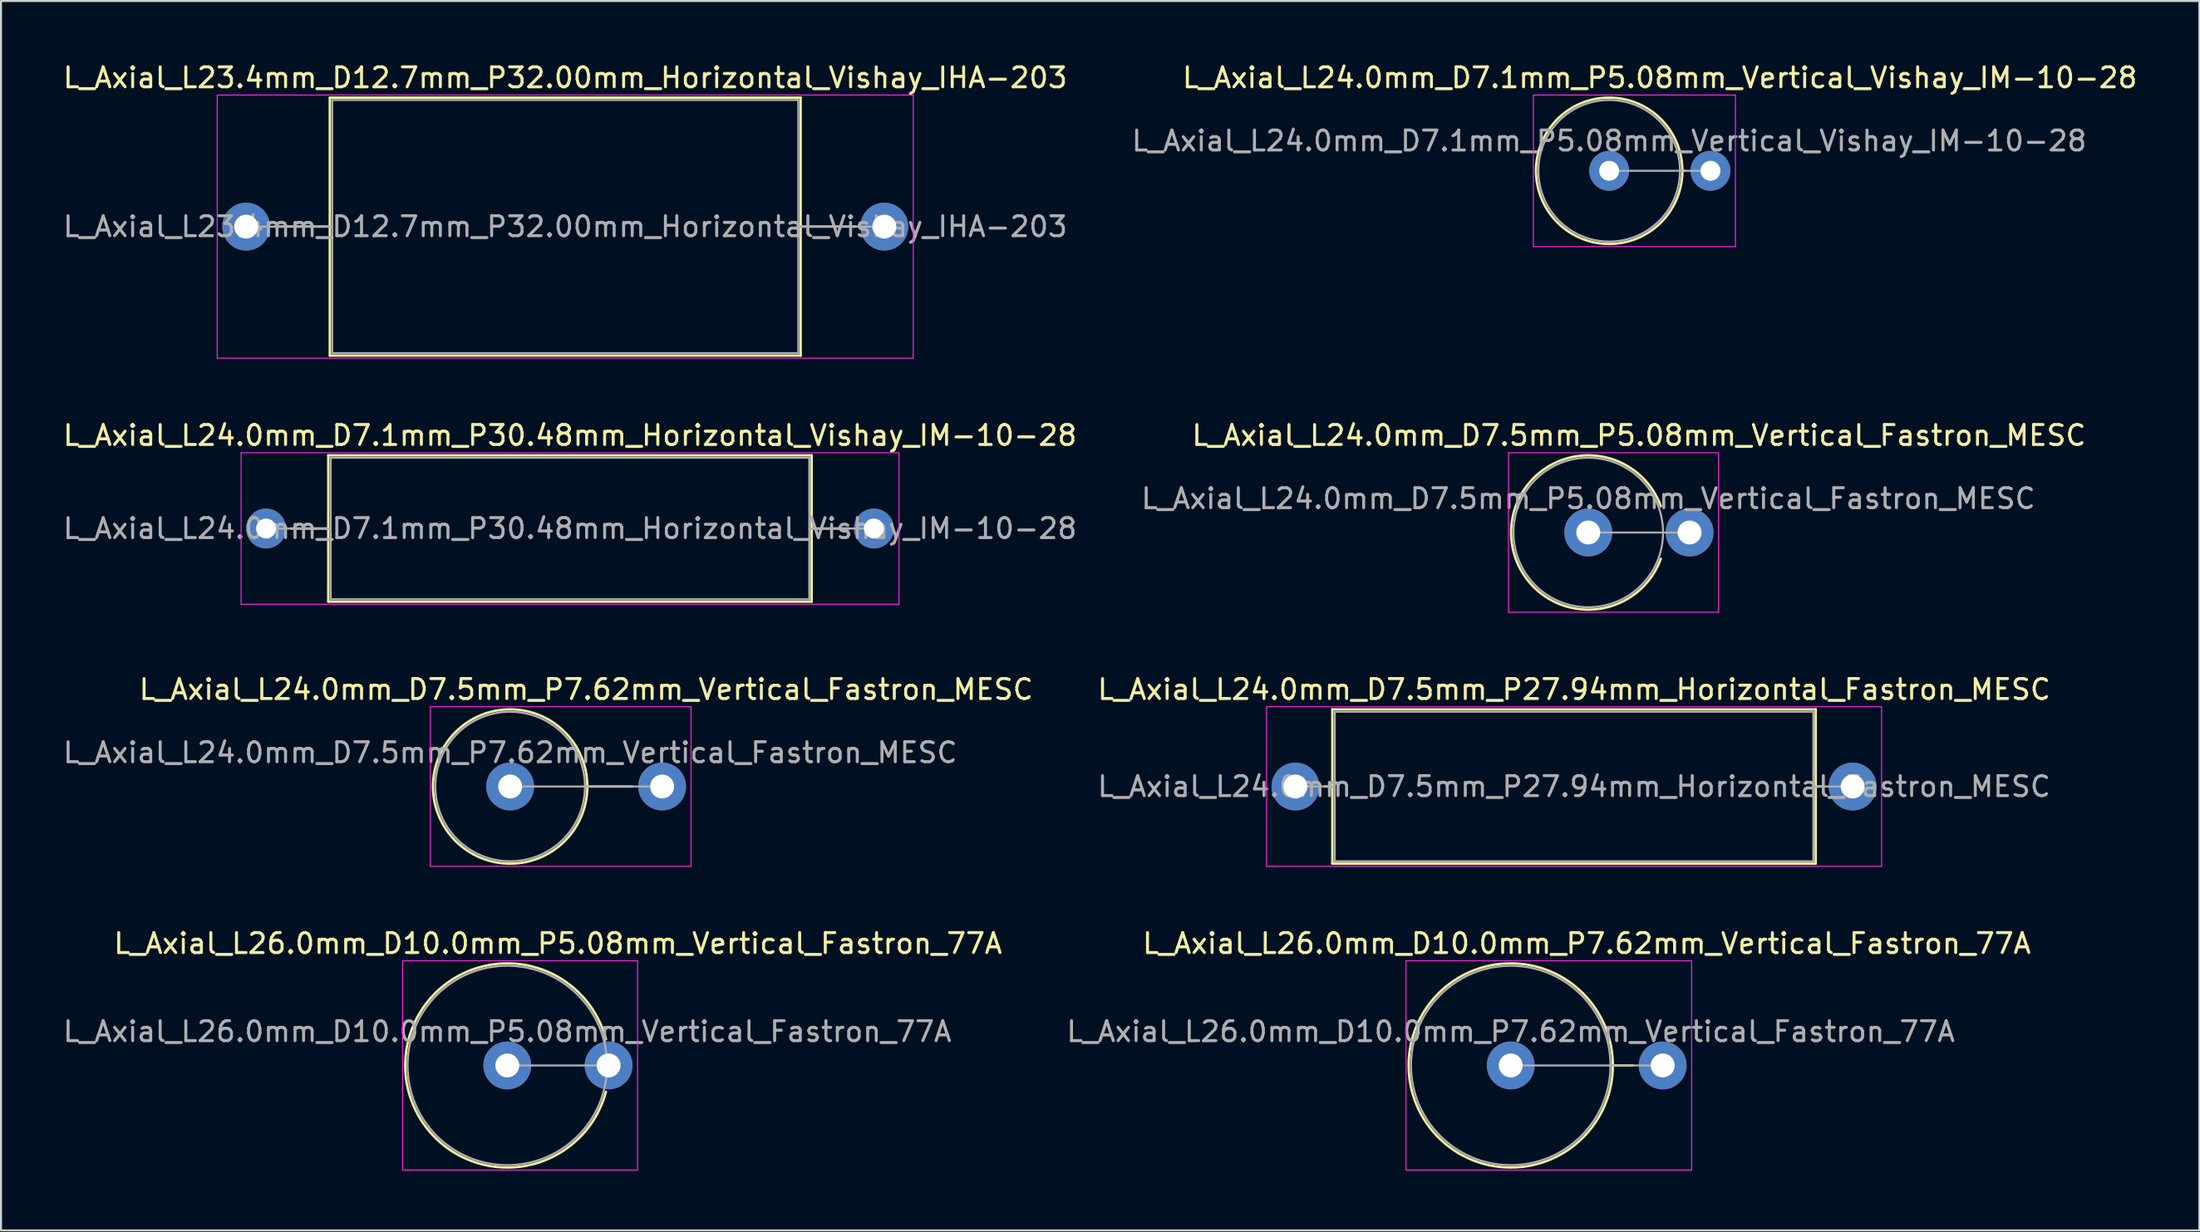
<source format=kicad_pcb>
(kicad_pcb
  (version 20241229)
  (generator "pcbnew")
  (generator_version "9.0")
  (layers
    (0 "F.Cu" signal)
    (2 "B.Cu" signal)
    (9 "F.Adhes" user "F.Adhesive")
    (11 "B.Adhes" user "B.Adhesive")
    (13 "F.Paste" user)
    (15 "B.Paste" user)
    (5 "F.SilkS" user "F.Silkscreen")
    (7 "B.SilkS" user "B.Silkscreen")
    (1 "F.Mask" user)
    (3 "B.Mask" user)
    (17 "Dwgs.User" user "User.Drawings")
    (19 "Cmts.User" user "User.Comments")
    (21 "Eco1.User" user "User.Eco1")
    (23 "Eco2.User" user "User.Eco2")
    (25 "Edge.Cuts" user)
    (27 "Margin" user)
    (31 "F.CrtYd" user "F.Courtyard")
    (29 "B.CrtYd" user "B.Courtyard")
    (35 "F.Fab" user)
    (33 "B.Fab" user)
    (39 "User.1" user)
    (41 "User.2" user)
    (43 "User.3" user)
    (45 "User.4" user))
  (footprint "L_Axial_L24.0mm_D7.1mm_P5.08mm_Vertical_Vishay_IM-10-28"
    (layer "F.Cu")
    (at 77.637 5.518)
    (property "Reference" "L_Axial_L24.0mm_D7.1mm_P5.08mm_Vertical_Vishay_IM-10-28" (at 2.54 -4.67 0) (layer "F.SilkS") (effects (font (size 1 1) (thickness 0.15))))
    (attr through_hole)
    (fp_line (start 3.67 0) (end 3.78 0) (stroke (width 0.12) (type solid)) (layer "F.SilkS"))
    (fp_circle (center 0 0) (end 3.67 0) (stroke (width 0.12) (type solid)) (fill no) (layer "F.SilkS"))
    (fp_line (start -3.8 -3.8) (end -3.8 3.8) (stroke (width 0.05) (type solid)) (layer "F.CrtYd"))
    (fp_line (start -3.8 3.8) (end 6.33 3.8) (stroke (width 0.05) (type solid)) (layer "F.CrtYd"))
    (fp_line (start 6.33 -3.8) (end -3.8 -3.8) (stroke (width 0.05) (type solid)) (layer "F.CrtYd"))
    (fp_line (start 6.33 3.8) (end 6.33 -3.8) (stroke (width 0.05) (type solid)) (layer "F.CrtYd"))
    (fp_line (start 0 0) (end 5.08 0) (stroke (width 0.1) (type solid)) (layer "F.Fab"))
    (fp_circle (center 0 0) (end 3.55 0) (stroke (width 0.1) (type solid)) (fill no) (layer "F.Fab"))
    (fp_text user "${REFERENCE}" (at 0 -1.5 0) (layer "F.Fab") (effects (font (size 1 1) (thickness 0.15))))
    (pad "1" thru_hole circle (at 0 0) (size 2 2) (drill 1) (layers "*.Cu" "*.Mask"))
    (pad "2" thru_hole oval (at 5.08 0) (size 2 2) (drill 1) (layers "*.Cu" "*.Mask")))
  (footprint "L_Axial_L24.0mm_D7.5mm_P7.62mm_Vertical_Fastron_MESC"
    (layer "F.Cu")
    (at 22.53 36.405)
    (property "Reference" "L_Axial_L24.0mm_D7.5mm_P7.62mm_Vertical_Fastron_MESC" (at 3.81 -4.87 0) (layer "F.SilkS") (effects (font (size 1 1) (thickness 0.15))))
    (attr through_hole)
    (fp_line (start 3.87 0) (end 6.12 0) (stroke (width 0.12) (type solid)) (layer "F.SilkS"))
    (fp_circle (center 0 0) (end 3.87 0) (stroke (width 0.12) (type solid)) (fill no) (layer "F.SilkS"))
    (fp_line (start -4 -4) (end -4 4) (stroke (width 0.05) (type solid)) (layer "F.CrtYd"))
    (fp_line (start -4 4) (end 9.07 4) (stroke (width 0.05) (type solid)) (layer "F.CrtYd"))
    (fp_line (start 9.07 -4) (end -4 -4) (stroke (width 0.05) (type solid)) (layer "F.CrtYd"))
    (fp_line (start 9.07 4) (end 9.07 -4) (stroke (width 0.05) (type solid)) (layer "F.CrtYd"))
    (fp_line (start 0 0) (end 7.62 0) (stroke (width 0.1) (type solid)) (layer "F.Fab"))
    (fp_circle (center 0 0) (end 3.75 0) (stroke (width 0.1) (type solid)) (fill no) (layer "F.Fab"))
    (fp_text user "${REFERENCE}" (at 0 -1.7 0) (layer "F.Fab") (effects (font (size 1 1) (thickness 0.15))))
    (pad "1" thru_hole circle (at 0 0) (size 2.4 2.4) (drill 1.2) (layers "*.Cu" "*.Mask"))
    (pad "2" thru_hole oval (at 7.62 0) (size 2.4 2.4) (drill 1.2) (layers "*.Cu" "*.Mask")))
  (footprint "L_Axial_L26.0mm_D10.0mm_P5.08mm_Vertical_Fastron_77A"
    (layer "F.Cu")
    (at 22.387 50.398)
    (property "Reference" "L_Axial_L26.0mm_D10.0mm_P5.08mm_Vertical_Fastron_77A" (at 2.54 -6.12 0) (layer "F.SilkS") (effects (font (size 1 1) (thickness 0.15))))
    (attr through_hole)
    (fp_arc (start 4.946918 1.32) (mid -5.12 0) (end 4.946918 -1.32) (stroke (width 0.12) (type solid)) (layer "F.SilkS"))
    (fp_line (start -5.25 -5.25) (end -5.25 5.25) (stroke (width 0.05) (type solid)) (layer "F.CrtYd"))
    (fp_line (start -5.25 5.25) (end 6.53 5.25) (stroke (width 0.05) (type solid)) (layer "F.CrtYd"))
    (fp_line (start 6.53 -5.25) (end -5.25 -5.25) (stroke (width 0.05) (type solid)) (layer "F.CrtYd"))
    (fp_line (start 6.53 5.25) (end 6.53 -5.25) (stroke (width 0.05) (type solid)) (layer "F.CrtYd"))
    (fp_line (start 0 0) (end 5.08 0) (stroke (width 0.1) (type solid)) (layer "F.Fab"))
    (fp_circle (center 0 0) (end 5 0) (stroke (width 0.1) (type solid)) (fill no) (layer "F.Fab"))
    (fp_text user "${REFERENCE}" (at 0 -1.7 0) (layer "F.Fab") (effects (font (size 1 1) (thickness 0.15))))
    (pad "1" thru_hole circle (at 0 0) (size 2.4 2.4) (drill 1.2) (layers "*.Cu" "*.Mask"))
    (pad "2" thru_hole oval (at 5.08 0) (size 2.4 2.4) (drill 1.2) (layers "*.Cu" "*.Mask")))
  (footprint "L_Axial_L26.0mm_D10.0mm_P7.62mm_Vertical_Fastron_77A"
    (layer "F.Cu")
    (at 72.701 50.398)
    (property "Reference" "L_Axial_L26.0mm_D10.0mm_P7.62mm_Vertical_Fastron_77A" (at 3.81 -6.12 0) (layer "F.SilkS") (effects (font (size 1 1) (thickness 0.15))))
    (attr through_hole)
    (fp_line (start 5.12 0) (end 6.12 0) (stroke (width 0.12) (type solid)) (layer "F.SilkS"))
    (fp_circle (center 0 0) (end 5.12 0) (stroke (width 0.12) (type solid)) (fill no) (layer "F.SilkS"))
    (fp_line (start -5.25 -5.25) (end -5.25 5.25) (stroke (width 0.05) (type solid)) (layer "F.CrtYd"))
    (fp_line (start -5.25 5.25) (end 9.07 5.25) (stroke (width 0.05) (type solid)) (layer "F.CrtYd"))
    (fp_line (start 9.07 -5.25) (end -5.25 -5.25) (stroke (width 0.05) (type solid)) (layer "F.CrtYd"))
    (fp_line (start 9.07 5.25) (end 9.07 -5.25) (stroke (width 0.05) (type solid)) (layer "F.CrtYd"))
    (fp_line (start 0 0) (end 7.62 0) (stroke (width 0.1) (type solid)) (layer "F.Fab"))
    (fp_circle (center 0 0) (end 5 0) (stroke (width 0.1) (type solid)) (fill no) (layer "F.Fab"))
    (fp_text user "${REFERENCE}" (at 0 -1.7 0) (layer "F.Fab") (effects (font (size 1 1) (thickness 0.15))))
    (pad "1" thru_hole circle (at 0 0) (size 2.4 2.4) (drill 1.2) (layers "*.Cu" "*.Mask"))
    (pad "2" thru_hole oval (at 7.62 0) (size 2.4 2.4) (drill 1.2) (layers "*.Cu" "*.Mask")))
  (footprint "L_Axial_L24.0mm_D7.5mm_P27.94mm_Horizontal_Fastron_MESC"
    (layer "F.Cu")
    (at 61.905 36.405)
    (property "Reference" "L_Axial_L24.0mm_D7.5mm_P27.94mm_Horizontal_Fastron_MESC" (at 13.97 -4.87 0) (layer "F.SilkS") (effects (font (size 1 1) (thickness 0.15))))
    (attr through_hole)
    (fp_line (start 1.44 0) (end 1.85 0) (stroke (width 0.12) (type solid)) (layer "F.SilkS"))
    (fp_line (start 1.85 -3.87) (end 1.85 3.87) (stroke (width 0.12) (type solid)) (layer "F.SilkS"))
    (fp_line (start 1.85 3.87) (end 26.09 3.87) (stroke (width 0.12) (type solid)) (layer "F.SilkS"))
    (fp_line (start 26.09 -3.87) (end 1.85 -3.87) (stroke (width 0.12) (type solid)) (layer "F.SilkS"))
    (fp_line (start 26.09 3.87) (end 26.09 -3.87) (stroke (width 0.12) (type solid)) (layer "F.SilkS"))
    (fp_line (start 26.5 0) (end 26.09 0) (stroke (width 0.12) (type solid)) (layer "F.SilkS"))
    (fp_line (start -1.45 -4) (end -1.45 4) (stroke (width 0.05) (type solid)) (layer "F.CrtYd"))
    (fp_line (start -1.45 4) (end 29.39 4) (stroke (width 0.05) (type solid)) (layer "F.CrtYd"))
    (fp_line (start 29.39 -4) (end -1.45 -4) (stroke (width 0.05) (type solid)) (layer "F.CrtYd"))
    (fp_line (start 29.39 4) (end 29.39 -4) (stroke (width 0.05) (type solid)) (layer "F.CrtYd"))
    (fp_line (start 0 0) (end 1.97 0) (stroke (width 0.1) (type solid)) (layer "F.Fab"))
    (fp_line (start 1.97 -3.75) (end 1.97 3.75) (stroke (width 0.1) (type solid)) (layer "F.Fab"))
    (fp_line (start 1.97 3.75) (end 25.97 3.75) (stroke (width 0.1) (type solid)) (layer "F.Fab"))
    (fp_line (start 25.97 -3.75) (end 1.97 -3.75) (stroke (width 0.1) (type solid)) (layer "F.Fab"))
    (fp_line (start 25.97 3.75) (end 25.97 -3.75) (stroke (width 0.1) (type solid)) (layer "F.Fab"))
    (fp_line (start 27.94 0) (end 25.97 0) (stroke (width 0.1) (type solid)) (layer "F.Fab"))
    (fp_text user "${REFERENCE}" (at 13.97 0 0) (layer "F.Fab") (effects (font (size 1 1) (thickness 0.15))))
    (pad "1" thru_hole circle (at 0 0) (size 2.4 2.4) (drill 1.2) (layers "*.Cu" "*.Mask"))
    (pad "2" thru_hole oval (at 27.94 0) (size 2.4 2.4) (drill 1.2) (layers "*.Cu" "*.Mask")))
  (footprint "L_Axial_L23.4mm_D12.7mm_P32.00mm_Horizontal_Vishay_IHA-203"
    (layer "F.Cu")
    (at 9.292 8.318)
    (property "Reference" "L_Axial_L23.4mm_D12.7mm_P32.00mm_Horizontal_Vishay_IHA-203" (at 16 -7.47 0) (layer "F.SilkS") (effects (font (size 1 1) (thickness 0.15))))
    (attr through_hole)
    (fp_line (start 1.44 0) (end 4.195 0) (stroke (width 0.12) (type solid)) (layer "F.SilkS"))
    (fp_line (start 4.195 -6.47) (end 4.195 6.47) (stroke (width 0.12) (type solid)) (layer "F.SilkS"))
    (fp_line (start 4.195 6.47) (end 27.805 6.47) (stroke (width 0.12) (type solid)) (layer "F.SilkS"))
    (fp_line (start 27.805 -6.47) (end 4.195 -6.47) (stroke (width 0.12) (type solid)) (layer "F.SilkS"))
    (fp_line (start 27.805 6.47) (end 27.805 -6.47) (stroke (width 0.12) (type solid)) (layer "F.SilkS"))
    (fp_line (start 30.56 0) (end 27.805 0) (stroke (width 0.12) (type solid)) (layer "F.SilkS"))
    (fp_line (start -1.45 -6.6) (end -1.45 6.6) (stroke (width 0.05) (type solid)) (layer "F.CrtYd"))
    (fp_line (start -1.45 6.6) (end 33.45 6.6) (stroke (width 0.05) (type solid)) (layer "F.CrtYd"))
    (fp_line (start 33.45 -6.6) (end -1.45 -6.6) (stroke (width 0.05) (type solid)) (layer "F.CrtYd"))
    (fp_line (start 33.45 6.6) (end 33.45 -6.6) (stroke (width 0.05) (type solid)) (layer "F.CrtYd"))
    (fp_line (start 0 0) (end 4.315 0) (stroke (width 0.1) (type solid)) (layer "F.Fab"))
    (fp_line (start 4.315 -6.35) (end 4.315 6.35) (stroke (width 0.1) (type solid)) (layer "F.Fab"))
    (fp_line (start 4.315 6.35) (end 27.685 6.35) (stroke (width 0.1) (type solid)) (layer "F.Fab"))
    (fp_line (start 27.685 -6.35) (end 4.315 -6.35) (stroke (width 0.1) (type solid)) (layer "F.Fab"))
    (fp_line (start 27.685 6.35) (end 27.685 -6.35) (stroke (width 0.1) (type solid)) (layer "F.Fab"))
    (fp_line (start 32 0) (end 27.685 0) (stroke (width 0.1) (type solid)) (layer "F.Fab"))
    (fp_text user "${REFERENCE}" (at 16 0 0) (layer "F.Fab") (effects (font (size 1 1) (thickness 0.15))))
    (pad "1" thru_hole circle (at 0 0) (size 2.4 2.4) (drill 1.2) (layers "*.Cu" "*.Mask"))
    (pad "2" thru_hole oval (at 32 0) (size 2.4 2.4) (drill 1.2) (layers "*.Cu" "*.Mask")))
  (footprint "L_Axial_L24.0mm_D7.5mm_P5.08mm_Vertical_Fastron_MESC"
    (layer "F.Cu")
    (at 76.589 23.662)
    (property "Reference" "L_Axial_L24.0mm_D7.5mm_P5.08mm_Vertical_Fastron_MESC" (at 2.54 -4.87 0) (layer "F.SilkS") (effects (font (size 1 1) (thickness 0.15))))
    (attr through_hole)
    (fp_arc (start 3.637925 1.32) (mid -3.87 0) (end 3.637925 -1.32) (stroke (width 0.12) (type solid)) (layer "F.SilkS"))
    (fp_line (start -4 -4) (end -4 4) (stroke (width 0.05) (type solid)) (layer "F.CrtYd"))
    (fp_line (start -4 4) (end 6.53 4) (stroke (width 0.05) (type solid)) (layer "F.CrtYd"))
    (fp_line (start 6.53 -4) (end -4 -4) (stroke (width 0.05) (type solid)) (layer "F.CrtYd"))
    (fp_line (start 6.53 4) (end 6.53 -4) (stroke (width 0.05) (type solid)) (layer "F.CrtYd"))
    (fp_line (start 0 0) (end 5.08 0) (stroke (width 0.1) (type solid)) (layer "F.Fab"))
    (fp_circle (center 0 0) (end 3.75 0) (stroke (width 0.1) (type solid)) (fill no) (layer "F.Fab"))
    (fp_text user "${REFERENCE}" (at 0 -1.7 0) (layer "F.Fab") (effects (font (size 1 1) (thickness 0.15))))
    (pad "1" thru_hole circle (at 0 0) (size 2.4 2.4) (drill 1.2) (layers "*.Cu" "*.Mask"))
    (pad "2" thru_hole oval (at 5.08 0) (size 2.4 2.4) (drill 1.2) (layers "*.Cu" "*.Mask")))
  (footprint "L_Axial_L24.0mm_D7.1mm_P30.48mm_Horizontal_Vishay_IM-10-28"
    (layer "F.Cu")
    (at 10.29 23.462)
    (property "Reference" "L_Axial_L24.0mm_D7.1mm_P30.48mm_Horizontal_Vishay_IM-10-28" (at 15.24 -4.67 0) (layer "F.SilkS") (effects (font (size 1 1) (thickness 0.15))))
    (attr through_hole)
    (fp_line (start 1.24 0) (end 3.12 0) (stroke (width 0.12) (type solid)) (layer "F.SilkS"))
    (fp_line (start 3.12 -3.67) (end 3.12 3.67) (stroke (width 0.12) (type solid)) (layer "F.SilkS"))
    (fp_line (start 3.12 3.67) (end 27.36 3.67) (stroke (width 0.12) (type solid)) (layer "F.SilkS"))
    (fp_line (start 27.36 -3.67) (end 3.12 -3.67) (stroke (width 0.12) (type solid)) (layer "F.SilkS"))
    (fp_line (start 27.36 3.67) (end 27.36 -3.67) (stroke (width 0.12) (type solid)) (layer "F.SilkS"))
    (fp_line (start 29.24 0) (end 27.36 0) (stroke (width 0.12) (type solid)) (layer "F.SilkS"))
    (fp_line (start -1.25 -3.8) (end -1.25 3.8) (stroke (width 0.05) (type solid)) (layer "F.CrtYd"))
    (fp_line (start -1.25 3.8) (end 31.74 3.8) (stroke (width 0.05) (type solid)) (layer "F.CrtYd"))
    (fp_line (start 31.74 -3.8) (end -1.25 -3.8) (stroke (width 0.05) (type solid)) (layer "F.CrtYd"))
    (fp_line (start 31.74 3.8) (end 31.74 -3.8) (stroke (width 0.05) (type solid)) (layer "F.CrtYd"))
    (fp_line (start 0 0) (end 3.24 0) (stroke (width 0.1) (type solid)) (layer "F.Fab"))
    (fp_line (start 3.24 -3.55) (end 3.24 3.55) (stroke (width 0.1) (type solid)) (layer "F.Fab"))
    (fp_line (start 3.24 3.55) (end 27.24 3.55) (stroke (width 0.1) (type solid)) (layer "F.Fab"))
    (fp_line (start 27.24 -3.55) (end 3.24 -3.55) (stroke (width 0.1) (type solid)) (layer "F.Fab"))
    (fp_line (start 27.24 3.55) (end 27.24 -3.55) (stroke (width 0.1) (type solid)) (layer "F.Fab"))
    (fp_line (start 30.48 0) (end 27.24 0) (stroke (width 0.1) (type solid)) (layer "F.Fab"))
    (fp_text user "${REFERENCE}" (at 15.24 0 0) (layer "F.Fab") (effects (font (size 1 1) (thickness 0.15))))
    (pad "1" thru_hole circle (at 0 0) (size 2 2) (drill 1) (layers "*.Cu" "*.Mask"))
    (pad "2" thru_hole oval (at 30.48 0) (size 2 2) (drill 1) (layers "*.Cu" "*.Mask")))
  (gr_rect
    (start -3 -3)
    (end 107.23 58.673)
    (stroke (width 0.1) (type default))
    (fill no)
    (layer "Edge.Cuts")))
</source>
